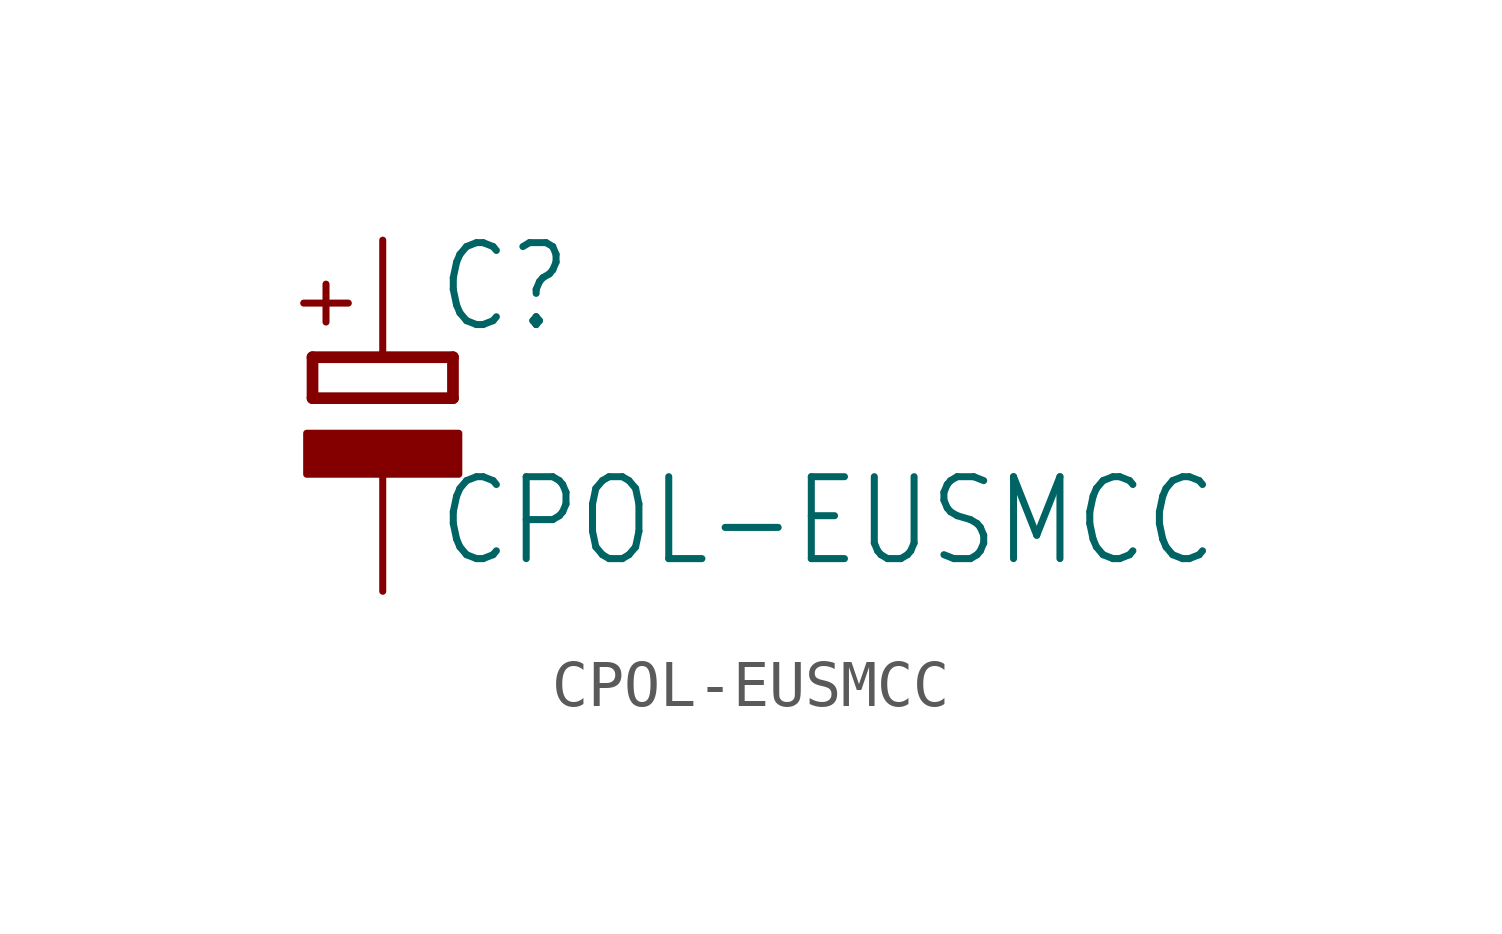
<source format=kicad_sym>
(kicad_symbol_lib
  (version 20210619)
  (generator kicad_symbol_editor)
  (symbol "CPOL-EUSMCC"
    (property "Reference" "C"
      (at 1.143 0.483 0)
      (effects (font (size 1.778 1.511)) (justify left bottom)))
    (property "Value" "CPOL-EUSMCC"
      (at 1.143 -4.597 0)
      (effects (font (size 1.778 1.511)) (justify left bottom)))
    (property "ki_locked" ""
      (at 0 0 0)
      (effects (font (size 1.27 1.27))))
    (symbol "CPOL-EUSMCC_1_0"
      (text "+" (at -0.584 0.406 900) (effects (font (size 1.27 1.079)) (justify left bottom)))
      (rectangle (start -1.651 -2.54) (end 1.651 -1.651) (stroke (width 0)) (fill (type outline)))
      (polyline (pts (xy -1.524 -0.889) (xy 1.524 -0.889)) (stroke (width 0.254)) (fill (type none)))
      (polyline (pts (xy -1.524 0) (xy -1.524 -0.889)) (stroke (width 0.254)) (fill (type none)))
      (polyline (pts (xy -1.524 0) (xy 1.524 0)) (stroke (width 0.254)) (fill (type none)))
      (polyline (pts (xy 1.524 -0.889) (xy 1.524 0)) (stroke (width 0.254)) (fill (type none)))
      (pin passive line (at 0 2.54 270) (length 2.54) (name "+" (effects (font (size 0 0)))) (number "+" (effects (font (size 0 0)))))
      (pin passive line (at 0 -5.08 90) (length 2.54) (name "-" (effects (font (size 0 0)))) (number "-" (effects (font (size 0 0))))))))
</source>
